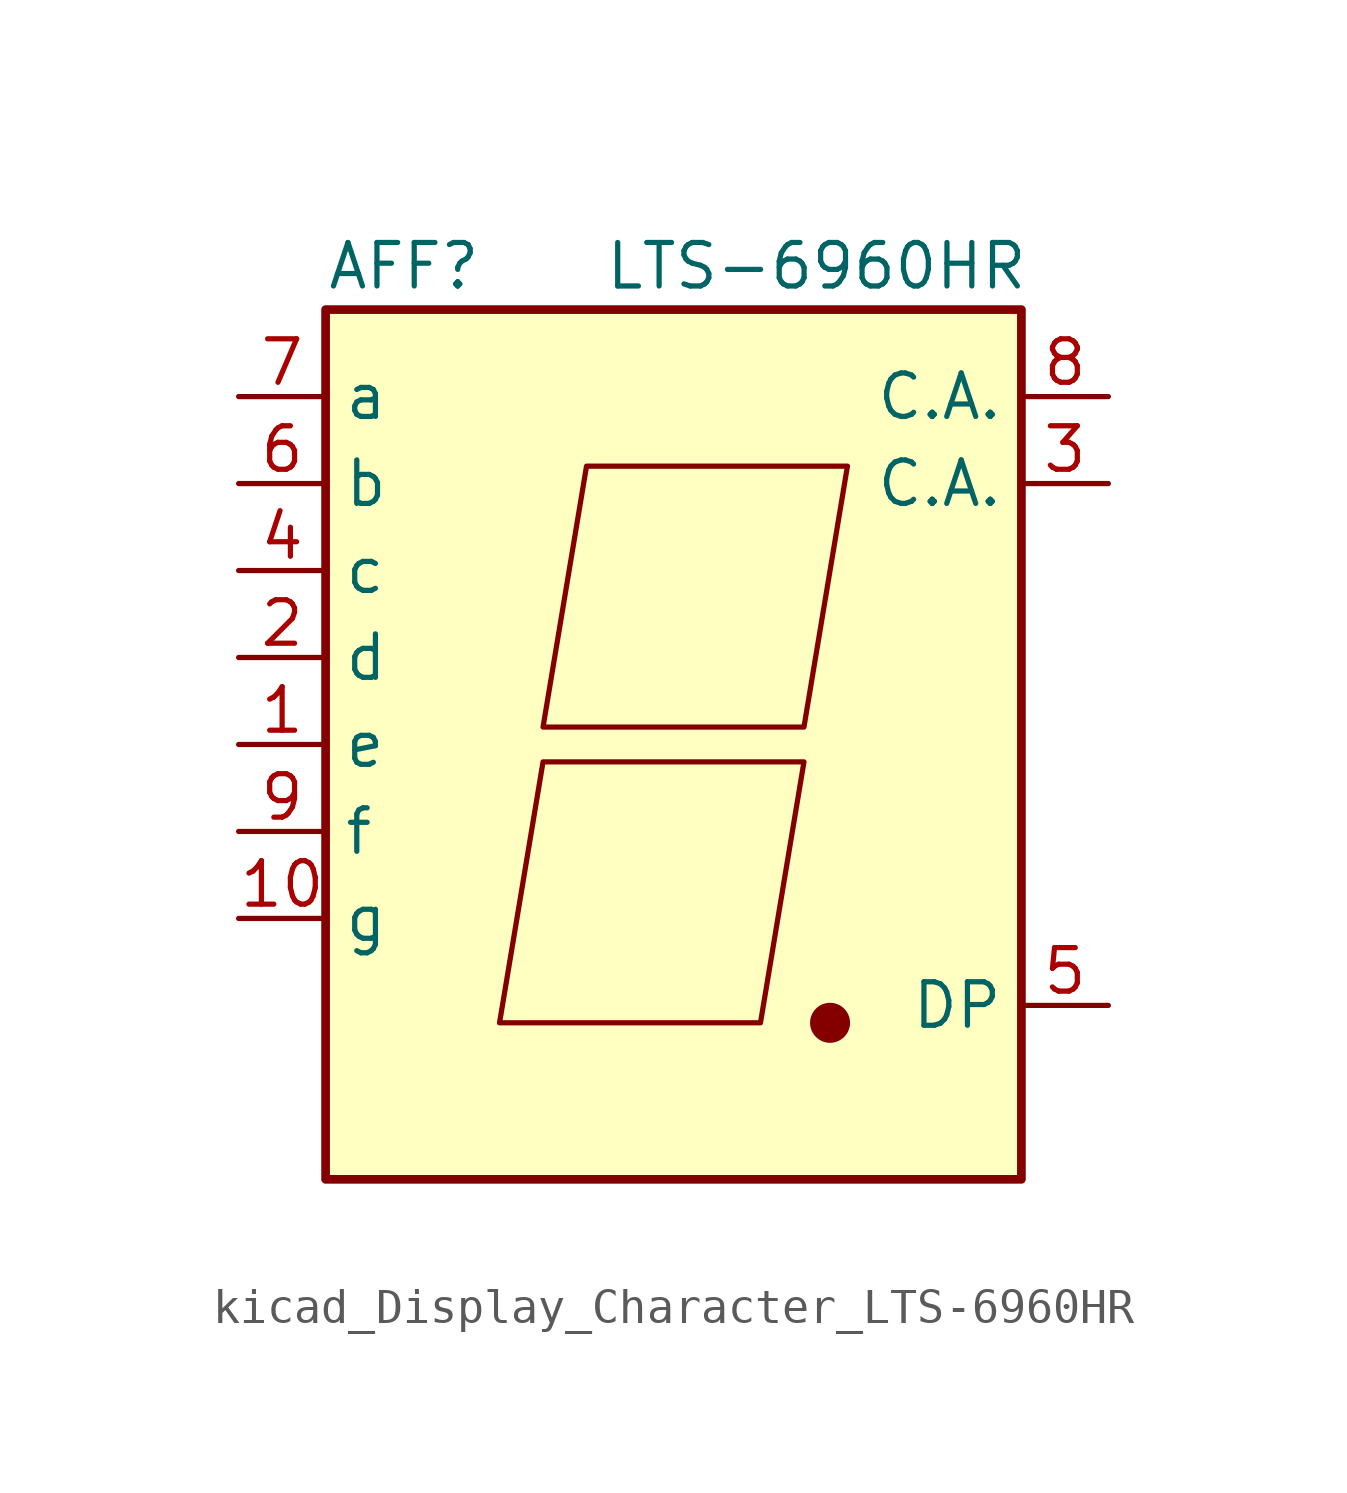
<source format=kicad_sym>
(kicad_symbol_lib
  (version 20220914)
  (generator kicad_symbol_editor)
  (symbol "kicad_Display_Character_LTS-6960HR"
    (property "Reference" "AFF"
      (at -7.874 13.97 0)
      (effects (font (size 1.27 1.27))))
    (property "Value" "LTS-6960HR"
      (at -2.032 13.97 0)
      (effects (font (size 1.27 1.27)) (justify left)))
    (symbol "kicad_Display_Character_LTS-6960HR_0_1"
      (rectangle (start -10.16 12.7) (end 10.16 -12.7) (stroke (width 0.254) (type default)) (fill (type background)))
      (polyline (pts (xy -3.81 -0.508) (xy 3.81 -0.508) (xy 2.54 -8.128) (xy -5.08 -8.128) (xy -3.81 -0.508) (xy -3.81 -0.508)) (stroke (width 0) (type default)) (fill (type none)))
      (polyline (pts (xy -2.54 8.128) (xy 5.08 8.128) (xy 3.81 0.508) (xy -3.81 0.508) (xy -2.54 8.128) (xy -2.54 8.128)) (stroke (width 0) (type default)) (fill (type none)))
      (circle (center 4.572 -8.128) (radius 0.508) (stroke (width 0) (type default)) (fill (type outline))))
    (symbol "kicad_Display_Character_LTS-6960HR_1_1"
      (pin passive line (at -12.7 0 0) (length 2.54) (name "e" (effects (font (size 1.27 1.27)))) (number "1" (effects (font (size 1.27 1.27)))))
      (pin passive line (at -12.7 -5.08 0) (length 2.54) (name "g" (effects (font (size 1.27 1.27)))) (number "10" (effects (font (size 1.27 1.27)))))
      (pin passive line (at -12.7 2.54 0) (length 2.54) (name "d" (effects (font (size 1.27 1.27)))) (number "2" (effects (font (size 1.27 1.27)))))
      (pin passive line (at 12.7 7.62 180) (length 2.54) (name "C.A." (effects (font (size 1.27 1.27)))) (number "3" (effects (font (size 1.27 1.27)))))
      (pin passive line (at -12.7 5.08 0) (length 2.54) (name "c" (effects (font (size 1.27 1.27)))) (number "4" (effects (font (size 1.27 1.27)))))
      (pin passive line (at 12.7 -7.62 180) (length 2.54) (name "DP" (effects (font (size 1.27 1.27)))) (number "5" (effects (font (size 1.27 1.27)))))
      (pin passive line (at -12.7 7.62 0) (length 2.54) (name "b" (effects (font (size 1.27 1.27)))) (number "6" (effects (font (size 1.27 1.27)))))
      (pin passive line (at -12.7 10.16 0) (length 2.54) (name "a" (effects (font (size 1.27 1.27)))) (number "7" (effects (font (size 1.27 1.27)))))
      (pin passive line (at 12.7 10.16 180) (length 2.54) (name "C.A." (effects (font (size 1.27 1.27)))) (number "8" (effects (font (size 1.27 1.27)))))
      (pin passive line (at -12.7 -2.54 0) (length 2.54) (name "f" (effects (font (size 1.27 1.27)))) (number "9" (effects (font (size 1.27 1.27))))))))
</source>
